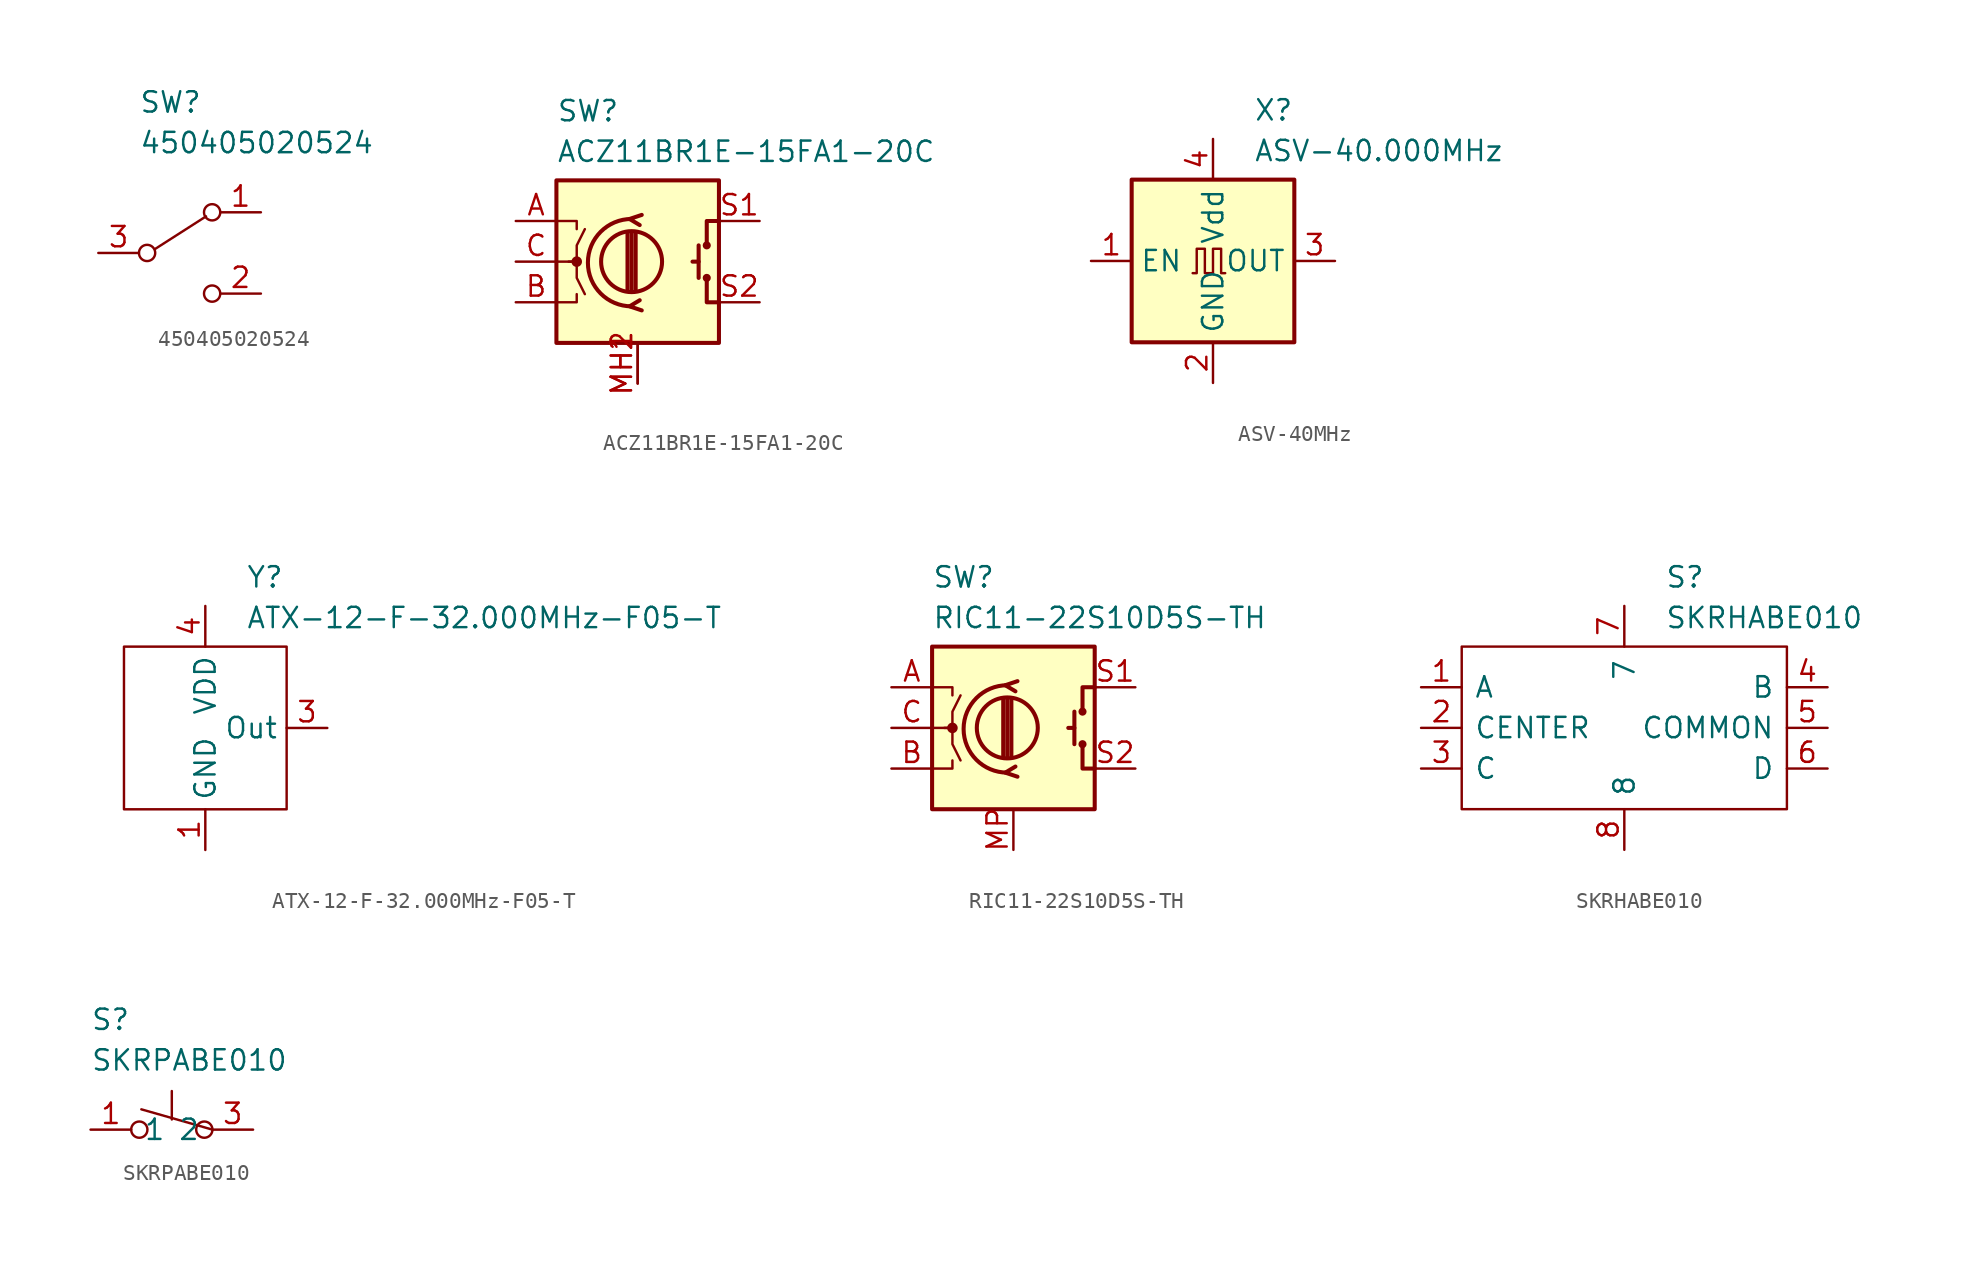
<source format=kicad_sym>
(kicad_symbol_lib
  (version 20241209)
  (generator "kicad_symbol_editor")
  (generator_version "9.0")
  (symbol "450405020524"
    (pin_names
      (offset 0)
      (hide yes))
    (property "Reference" "SW"
      (at 2.54 10.16 0)
      (effects (font (size 1.27 1.27)) (justify left top)))
    (property "Value" "450405020524"
      (at 2.54 7.62 0)
      (effects (font (size 1.27 1.27)) (justify left top)))
    (symbol "450405020524_0_0"
      (circle (center 3.048 0) (radius 0.508) (stroke (width 0) (type default)) (fill (type none)))
      (circle (center 7.112 -2.54) (radius 0.508) (stroke (width 0) (type default)) (fill (type none))))
    (symbol "450405020524_0_1"
      (polyline (pts (xy 3.556 0.254) (xy 6.731 2.286)) (stroke (width 0) (type default)) (fill (type none)))
      (circle (center 7.112 2.54) (radius 0.508) (stroke (width 0) (type default)) (fill (type none))))
    (symbol "450405020524_1_1"
      (pin passive line (at 0 0 0) (length 2.54) (name "B" (effects (font (size 1.27 1.27)))) (number "3" (effects (font (size 1.27 1.27)))))
      (pin passive line (at 10.16 2.54 180) (length 2.54) (name "A" (effects (font (size 1.27 1.27)))) (number "1" (effects (font (size 1.27 1.27)))))
      (pin passive line (at 10.16 -2.54 180) (length 2.54) (name "C" (effects (font (size 1.27 1.27)))) (number "2" (effects (font (size 1.27 1.27)))))))
  (symbol "ACZ11BR1E-15FA1-20C"
    (pin_names
      (offset 0.254)
      (hide yes))
    (property "Reference" "SW"
      (at 2.54 7.62 0)
      (effects (font (size 1.27 1.27)) (justify left top)))
    (property "Value" "ACZ11BR1E-15FA1-20C"
      (at 2.54 5.08 0)
      (effects (font (size 1.27 1.27)) (justify left top)))
    (symbol "ACZ11BR1E-15FA1-20C_0_1"
      (rectangle (start 2.54 2.54) (end 12.7 -7.62) (stroke (width 0.254) (type default)) (fill (type background)))
      (polyline (pts (xy 2.54 0) (xy 3.81 0) (xy 3.81 -0.508)) (stroke (width 0) (type default)) (fill (type none)))
      (polyline (pts (xy 2.54 -2.54) (xy 3.81 -2.54) (xy 3.81 -3.556) (xy 4.318 -4.572)) (stroke (width 0) (type default)) (fill (type none)))
      (polyline (pts (xy 2.54 -5.08) (xy 3.81 -5.08) (xy 3.81 -4.572)) (stroke (width 0) (type default)) (fill (type none)))
      (polyline (pts (xy 3.302 -2.54) (xy 3.81 -2.54) (xy 3.81 -1.524) (xy 4.318 -0.508)) (stroke (width 0) (type default)) (fill (type none)))
      (circle (center 3.81 -2.54) (radius 0.254) (stroke (width 0) (type default)) (fill (type outline)))
      (polyline (pts (xy 6.985 -4.318) (xy 6.985 -0.762)) (stroke (width 0.254) (type default)) (fill (type none)))
      (circle (center 7.239 -2.54) (radius 1.905) (stroke (width 0.254) (type default)) (fill (type none)))
      (polyline (pts (xy 7.239 -4.318) (xy 7.239 -0.762)) (stroke (width 0.254) (type default)) (fill (type none)))
      (arc (start 7.239 -5.334) (mid 4.5212 -2.6035) (end 7.239 0.127) (stroke (width 0.254) (type default)) (fill (type none)))
      (polyline (pts (xy 7.493 -0.762) (xy 7.493 -4.318)) (stroke (width 0.254) (type default)) (fill (type none)))
      (polyline (pts (xy 7.874 0.381) (xy 7.112 0.127) (xy 7.747 -0.254)) (stroke (width 0.254) (type default)) (fill (type none)))
      (polyline (pts (xy 7.874 -5.588) (xy 7.112 -5.334) (xy 7.747 -4.953)) (stroke (width 0.254) (type default)) (fill (type none)))
      (polyline (pts (xy 11.43 -1.524) (xy 11.43 -3.556)) (stroke (width 0.254) (type default)) (fill (type none)))
      (polyline (pts (xy 11.43 -2.54) (xy 11.049 -2.54)) (stroke (width 0.254) (type default)) (fill (type none)))
      (circle (center 11.938 -1.524) (radius 0.127) (stroke (width 0.254) (type default)) (fill (type none)))
      (circle (center 11.938 -3.556) (radius 0.127) (stroke (width 0.254) (type default)) (fill (type none)))
      (polyline (pts (xy 12.7 0) (xy 11.938 0) (xy 11.938 -1.524)) (stroke (width 0.254) (type default)) (fill (type none)))
      (polyline (pts (xy 12.7 -5.08) (xy 11.938 -5.08) (xy 11.938 -3.556)) (stroke (width 0.254) (type default)) (fill (type none))))
    (symbol "ACZ11BR1E-15FA1-20C_1_1"
      (pin passive line (at 0 0 0) (length 2.54) (name "A" (effects (font (size 1.27 1.27)))) (number "A" (effects (font (size 1.27 1.27)))))
      (pin passive line (at 0 -2.54 0) (length 2.54) (name "C" (effects (font (size 1.27 1.27)))) (number "C" (effects (font (size 1.27 1.27)))))
      (pin passive line (at 0 -5.08 0) (length 2.54) (name "B" (effects (font (size 1.27 1.27)))) (number "B" (effects (font (size 1.27 1.27)))))
      (pin passive line (at 7.62 -10.16 90) (length 2.54) (name "MH1" (effects (font (size 1.27 1.27)))) (number "MH1" (effects (font (size 1.27 1.27)))))
      (pin passive line (at 7.62 -10.16 90) (length 2.54) (name "MH2" (effects (font (size 1.27 1.27)))) (number "MH2" (effects (font (size 1.27 1.27)))))
      (pin passive line (at 15.24 0 180) (length 2.54) (name "S1" (effects (font (size 1.27 1.27)))) (number "S1" (effects (font (size 1.27 1.27)))))
      (pin passive line (at 15.24 -5.08 180) (length 2.54) (name "S2" (effects (font (size 1.27 1.27)))) (number "S2" (effects (font (size 1.27 1.27)))))))
  (symbol "ASV-40MHz"
    (property "Reference" "X"
      (at 10.16 10.16 0)
      (effects (font (size 1.27 1.27)) (justify left top)))
    (property "Value" "ASV-40.000MHz"
      (at 10.16 7.62 0)
      (effects (font (size 1.27 1.27)) (justify left top)))
    (symbol "ASV-40MHz_0_1"
      (rectangle (start 2.54 5.08) (end 12.7 -5.08) (stroke (width 0.254) (type default)) (fill (type background)))
      (polyline (pts (xy 6.35 -0.762) (xy 6.604 -0.762) (xy 6.604 0.762) (xy 7.112 0.762) (xy 7.112 -0.762) (xy 7.62 -0.762) (xy 7.62 0.762) (xy 8.128 0.762) (xy 8.128 -0.762) (xy 8.382 -0.762)) (stroke (width 0) (type default)) (fill (type none))))
    (symbol "ASV-40MHz_1_1"
      (pin input line (at 0 0 0) (length 2.54) (name "EN" (effects (font (size 1.27 1.27)))) (number "1" (effects (font (size 1.27 1.27)))))
      (pin power_in line (at 7.62 7.62 270) (length 2.54) (name "Vdd" (effects (font (size 1.27 1.27)))) (number "4" (effects (font (size 1.27 1.27)))))
      (pin power_in line (at 7.62 -7.62 90) (length 2.54) (name "GND" (effects (font (size 1.27 1.27)))) (number "2" (effects (font (size 1.27 1.27)))))
      (pin output line (at 15.24 0 180) (length 2.54) (name "OUT" (effects (font (size 1.27 1.27)))) (number "3" (effects (font (size 1.27 1.27)))))))
  (symbol "ATX-12-F-32.000MHz-F05-T"
    (property "Reference" "Y"
      (at 2.54 10.16 0)
      (effects (font (size 1.27 1.27)) (justify left top)))
    (property "Value" "ATX-12-F-32.000MHz-F05-T"
      (at 2.54 7.62 0)
      (effects (font (size 1.27 1.27)) (justify left top)))
    (symbol "ATX-12-F-32.000MHz-F05-T_0_1"
      (rectangle (start -5.08 5.08) (end 5.08 -5.08) (stroke (width 0) (type default)) (fill (type none))))
    (symbol "ATX-12-F-32.000MHz-F05-T_1_1"
      (pin power_in line (at 0 7.62 270) (length 2.54) (name "VDD" (effects (font (size 1.27 1.27)))) (number "4" (effects (font (size 1.27 1.27)))))
      (pin power_in line (at 0 -7.62 90) (length 2.54) (name "GND" (effects (font (size 1.27 1.27)))) (number "1" (effects (font (size 1.27 1.27)))))
      (pin power_in line (at 0 -7.62 90) (length 2.54) (hide yes) (name "GND" (effects (font (size 1.27 1.27)))) (number "2" (effects (font (size 1.27 1.27)))))
      (pin output line (at 7.62 0 180) (length 2.54) (name "Out" (effects (font (size 1.27 1.27)))) (number "3" (effects (font (size 1.27 1.27)))))))
  (symbol "RIC11-22S10D5S-TH"
    (pin_names
      (offset 0.254)
      (hide yes))
    (property "Reference" "SW"
      (at 2.54 7.62 0)
      (effects (font (size 1.27 1.27)) (justify left top)))
    (property "Value" "RIC11-22S10D5S-TH"
      (at 2.54 5.08 0)
      (effects (font (size 1.27 1.27)) (justify left top)))
    (symbol "RIC11-22S10D5S-TH_0_1"
      (rectangle (start 2.54 2.54) (end 12.7 -7.62) (stroke (width 0.254) (type default)) (fill (type background)))
      (polyline (pts (xy 2.54 0) (xy 3.81 0) (xy 3.81 -0.508)) (stroke (width 0) (type default)) (fill (type none)))
      (polyline (pts (xy 2.54 -2.54) (xy 3.81 -2.54) (xy 3.81 -3.556) (xy 4.318 -4.572)) (stroke (width 0) (type default)) (fill (type none)))
      (polyline (pts (xy 2.54 -5.08) (xy 3.81 -5.08) (xy 3.81 -4.572)) (stroke (width 0) (type default)) (fill (type none)))
      (polyline (pts (xy 3.302 -2.54) (xy 3.81 -2.54) (xy 3.81 -1.524) (xy 4.318 -0.508)) (stroke (width 0) (type default)) (fill (type none)))
      (circle (center 3.81 -2.54) (radius 0.254) (stroke (width 0) (type default)) (fill (type outline)))
      (polyline (pts (xy 6.985 -4.318) (xy 6.985 -0.762)) (stroke (width 0.254) (type default)) (fill (type none)))
      (circle (center 7.239 -2.54) (radius 1.905) (stroke (width 0.254) (type default)) (fill (type none)))
      (polyline (pts (xy 7.239 -4.318) (xy 7.239 -0.762)) (stroke (width 0.254) (type default)) (fill (type none)))
      (arc (start 7.239 -5.334) (mid 4.5212 -2.6035) (end 7.239 0.127) (stroke (width 0.254) (type default)) (fill (type none)))
      (polyline (pts (xy 7.493 -0.762) (xy 7.493 -4.318)) (stroke (width 0.254) (type default)) (fill (type none)))
      (polyline (pts (xy 7.874 0.381) (xy 7.112 0.127) (xy 7.747 -0.254)) (stroke (width 0.254) (type default)) (fill (type none)))
      (polyline (pts (xy 7.874 -5.588) (xy 7.112 -5.334) (xy 7.747 -4.953)) (stroke (width 0.254) (type default)) (fill (type none)))
      (polyline (pts (xy 11.43 -1.524) (xy 11.43 -3.556)) (stroke (width 0.254) (type default)) (fill (type none)))
      (polyline (pts (xy 11.43 -2.54) (xy 11.049 -2.54)) (stroke (width 0.254) (type default)) (fill (type none)))
      (circle (center 11.938 -1.524) (radius 0.127) (stroke (width 0.254) (type default)) (fill (type none)))
      (circle (center 11.938 -3.556) (radius 0.127) (stroke (width 0.254) (type default)) (fill (type none)))
      (polyline (pts (xy 12.7 0) (xy 11.938 0) (xy 11.938 -1.524)) (stroke (width 0.254) (type default)) (fill (type none)))
      (polyline (pts (xy 12.7 -5.08) (xy 11.938 -5.08) (xy 11.938 -3.556)) (stroke (width 0.254) (type default)) (fill (type none))))
    (symbol "RIC11-22S10D5S-TH_1_1"
      (pin passive line (at 0 0 0) (length 2.54) (name "A" (effects (font (size 1.27 1.27)))) (number "A" (effects (font (size 1.27 1.27)))))
      (pin passive line (at 0 -2.54 0) (length 2.54) (name "C" (effects (font (size 1.27 1.27)))) (number "C" (effects (font (size 1.27 1.27)))))
      (pin passive line (at 0 -5.08 0) (length 2.54) (name "B" (effects (font (size 1.27 1.27)))) (number "B" (effects (font (size 1.27 1.27)))))
      (pin passive line (at 7.62 -10.16 90) (length 2.54) (name "MP" (effects (font (size 1.27 1.27)))) (number "MP" (effects (font (size 1.27 1.27)))))
      (pin passive line (at 15.24 0 180) (length 2.54) (name "S1" (effects (font (size 1.27 1.27)))) (number "S1" (effects (font (size 1.27 1.27)))))
      (pin passive line (at 15.24 -5.08 180) (length 2.54) (name "S2" (effects (font (size 1.27 1.27)))) (number "S2" (effects (font (size 1.27 1.27)))))))
  (symbol "SKRHABE010"
    (pin_names
      (offset 0.762))
    (property "Reference" "S"
      (at 15.24 7.62 0)
      (effects (font (size 1.27 1.27)) (justify left top)))
    (property "Value" "SKRHABE010"
      (at 15.24 5.08 0)
      (effects (font (size 1.27 1.27)) (justify left top)))
    (symbol "SKRHABE010_0_0"
      (pin passive line (at 0 0 0) (length 2.54) (name "A" (effects (font (size 1.27 1.27)))) (number "1" (effects (font (size 1.27 1.27)))))
      (pin passive line (at 0 -2.54 0) (length 2.54) (name "CENTER" (effects (font (size 1.27 1.27)))) (number "2" (effects (font (size 1.27 1.27)))))
      (pin passive line (at 0 -5.08 0) (length 2.54) (name "C" (effects (font (size 1.27 1.27)))) (number "3" (effects (font (size 1.27 1.27)))))
      (pin passive line (at 12.7 5.08 270) (length 2.54) (name "7" (effects (font (size 1.27 1.27)))) (number "7" (effects (font (size 1.27 1.27)))))
      (pin passive line (at 12.7 -10.16 90) (length 2.54) (name "8" (effects (font (size 1.27 1.27)))) (number "8" (effects (font (size 1.27 1.27)))))
      (pin passive line (at 25.4 0 180) (length 2.54) (name "B" (effects (font (size 1.27 1.27)))) (number "4" (effects (font (size 1.27 1.27)))))
      (pin passive line (at 25.4 -2.54 180) (length 2.54) (name "COMMON" (effects (font (size 1.27 1.27)))) (number "5" (effects (font (size 1.27 1.27)))))
      (pin passive line (at 25.4 -5.08 180) (length 2.54) (name "D" (effects (font (size 1.27 1.27)))) (number "6" (effects (font (size 1.27 1.27))))))
    (symbol "SKRHABE010_0_1"
      (polyline (pts (xy 2.54 2.54) (xy 22.86 2.54) (xy 22.86 -7.62) (xy 2.54 -7.62) (xy 2.54 2.54)) (stroke (width 0.152) (type default)) (fill (type none)))))
  (symbol "SKRPABE010"
    (pin_names
      (offset 0.762))
    (property "Reference" "S"
      (at 0 7.62 0)
      (effects (font (size 1.27 1.27)) (justify left top)))
    (property "Value" "SKRPABE010"
      (at 0 5.08 0)
      (effects (font (size 1.27 1.27)) (justify left top)))
    (symbol "SKRPABE010_0_1"
      (circle (center 3.048 0) (radius 0.508) (stroke (width 0) (type default)) (fill (type none)))
      (polyline (pts (xy 5.08 0.635) (xy 5.08 2.413)) (stroke (width 0) (type default)) (fill (type none)))
      (circle (center 7.112 0) (radius 0.508) (stroke (width 0) (type default)) (fill (type none)))
      (polyline (pts (xy 7.62 0) (xy 3.175 1.27)) (stroke (width 0) (type default)) (fill (type none)))
      (pin passive line (at 0 0 0) (length 2.54) (name "1" (effects (font (size 1.27 1.27)))) (number "1" (effects (font (size 1.27 1.27)))))
      (pin passive line (at 10.16 0 180) (length 2.54) (name "2" (effects (font (size 1.27 1.27)))) (number "3" (effects (font (size 1.27 1.27)))))
      (pin passive line (at 10.16 0 180) (length 2.54) (hide yes) (name "2" (effects (font (size 1.27 1.27)))) (number "4" (effects (font (size 1.27 1.27))))))
    (symbol "SKRPABE010_1_1"
      (pin passive line (at 0 0 0) (length 2.54) (hide yes) (name "1" (effects (font (size 1.27 1.27)))) (number "2" (effects (font (size 1.27 1.27))))))))
</source>
